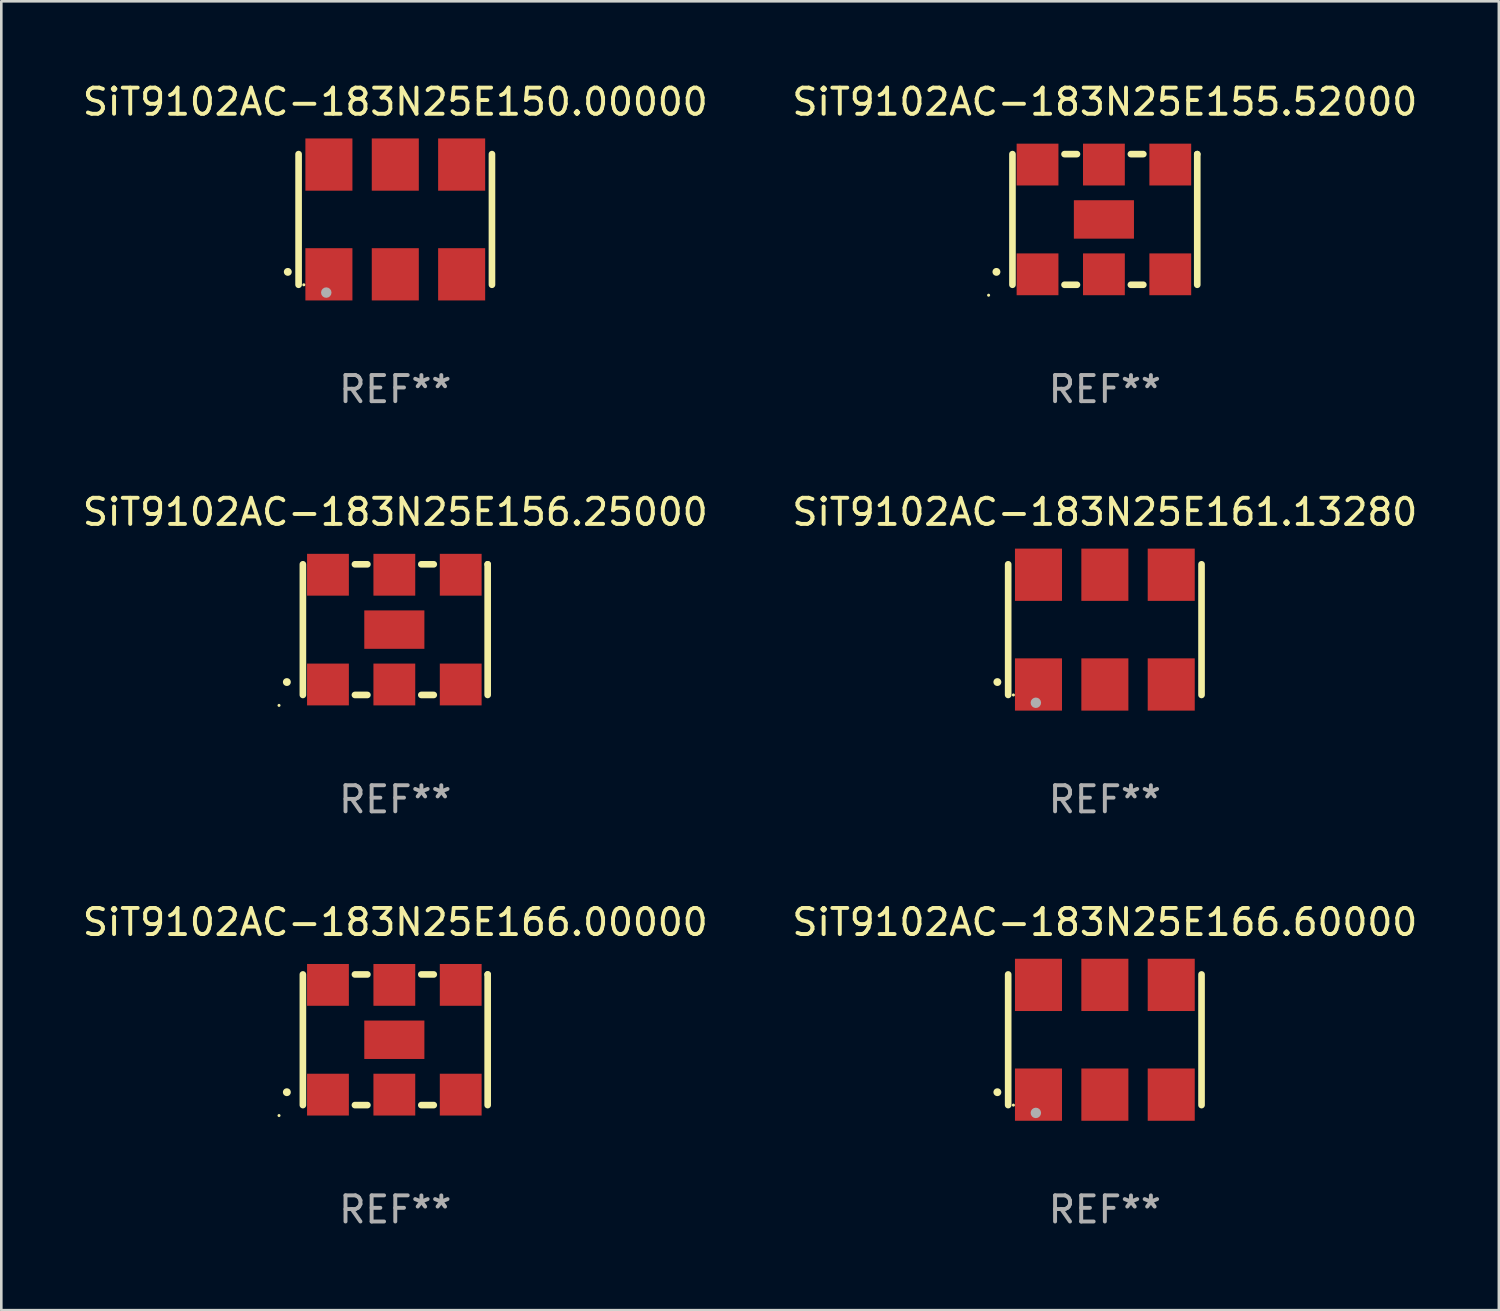
<source format=kicad_pcb>
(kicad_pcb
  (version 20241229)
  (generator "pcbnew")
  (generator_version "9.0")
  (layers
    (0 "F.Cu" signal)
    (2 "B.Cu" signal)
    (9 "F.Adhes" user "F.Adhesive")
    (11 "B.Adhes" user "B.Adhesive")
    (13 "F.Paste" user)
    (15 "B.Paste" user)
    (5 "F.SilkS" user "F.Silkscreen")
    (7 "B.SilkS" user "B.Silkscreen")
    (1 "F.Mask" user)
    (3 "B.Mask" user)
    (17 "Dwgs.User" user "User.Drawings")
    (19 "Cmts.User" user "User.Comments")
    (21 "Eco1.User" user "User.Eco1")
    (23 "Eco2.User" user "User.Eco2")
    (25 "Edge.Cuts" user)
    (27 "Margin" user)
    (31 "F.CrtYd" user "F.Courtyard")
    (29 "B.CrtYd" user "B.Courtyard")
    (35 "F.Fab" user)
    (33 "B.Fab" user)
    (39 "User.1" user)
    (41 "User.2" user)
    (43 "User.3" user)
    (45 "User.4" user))
  (footprint "SiT9102AC-183N25E155.52000"
    (layer "F.Cu")
    (at 39.232 5.348)
    (property "Reference" "SiT9102AC-183N25E155.52000" (at 0 -4.5 0) (layer "F.SilkS") (effects (font (size 1 1) (thickness 0.15))))
    (attr through_hole)
    (fp_line (start -3.536 -2.5) (end -3.536 2.5) (stroke (width 0.254) (type solid)) (layer "F.SilkS"))
    (fp_line (start -1.544 2.5) (end -1.067 2.5) (stroke (width 0.254) (type solid)) (layer "F.SilkS"))
    (fp_line (start -1.067 -2.5) (end -1.544 -2.5) (stroke (width 0.254) (type solid)) (layer "F.SilkS"))
    (fp_line (start 0.996 2.5) (end 1.473 2.5) (stroke (width 0.254) (type solid)) (layer "F.SilkS"))
    (fp_line (start 1.473 -2.5) (end 0.996 -2.5) (stroke (width 0.254) (type solid)) (layer "F.SilkS"))
    (fp_line (start 3.536 -2.5) (end 3.536 -2.5) (stroke (width 0.254) (type solid)) (layer "F.SilkS"))
    (fp_line (start 3.536 2.5) (end 3.536 -2.5) (stroke (width 0.254) (type solid)) (layer "F.SilkS"))
    (fp_arc (start -4.150432 2.006604) (mid -4.149162 2.006599) (end -4.147892 2.006604) (stroke (width 0.3) (type solid)) (layer "F.SilkS"))
    (fp_circle (center -4.449 2.9) (end -4.419 2.9) (stroke (width 0.06) (type solid)) (fill no) (layer "F.SilkS"))
    (fp_text user "REF**" (at 0 6.5 0) (layer "F.Fab") (effects (font (size 1 1) (thickness 0.15))))
    (pad "1" smd rect (at -2.576 2.1) (size 1.6 1.6) (layers "F.Cu" "F.Mask" "F.Paste"))
    (pad "2" smd rect (at -0.036 2.1) (size 1.6 1.6) (layers "F.Cu" "F.Mask" "F.Paste"))
    (pad "3" smd rect (at 2.504 2.1) (size 1.6 1.6) (layers "F.Cu" "F.Mask" "F.Paste"))
    (pad "4" smd rect (at 2.504 -2.1) (size 1.6 1.6) (layers "F.Cu" "F.Mask" "F.Paste"))
    (pad "5" smd rect (at -0.036 -2.1) (size 1.6 1.6) (layers "F.Cu" "F.Mask" "F.Paste"))
    (pad "6" smd rect (at -2.576 -2.1) (size 1.6 1.6) (layers "F.Cu" "F.Mask" "F.Paste"))
    (pad "7" smd rect (at -0.036 0) (size 2.3 1.47) (layers "F.Cu" "F.Mask" "F.Paste")))
  (footprint "SiT9102AC-183N25E150.00000"
    (layer "F.Cu")
    (at 12.077 5.348)
    (property "Reference" "SiT9102AC-183N25E150.00000" (at 0 -4.5 0) (layer "F.SilkS") (effects (font (size 1 1) (thickness 0.15))))
    (attr through_hole)
    (fp_line (start -3.7 -2.5) (end -3.7 2.5) (stroke (width 0.254) (type solid)) (layer "F.SilkS"))
    (fp_line (start 3.7 -2.5) (end 3.7 2.5) (stroke (width 0.254) (type solid)) (layer "F.SilkS"))
    (fp_arc (start -4.114415 2.006604) (mid -4.113145 2.006599) (end -4.111875 2.006604) (stroke (width 0.3) (type solid)) (layer "F.SilkS"))
    (fp_circle (center -3.5 2.501) (end -3.47 2.501) (stroke (width 0.06) (type solid)) (fill no) (layer "F.SilkS"))
    (fp_circle (center -2.641 2.799) (end -2.541 2.799) (stroke (width 0.2) (type solid)) (fill no) (layer "F.Fab"))
    (fp_text user "REF**" (at 0 6.5 0) (layer "F.Fab") (effects (font (size 1 1) (thickness 0.15))))
    (pad "1" smd rect (at -2.54 2.1) (size 1.8 2) (layers "F.Cu" "F.Mask" "F.Paste"))
    (pad "2" smd rect (at 0.000394 2.1) (size 1.8 2) (layers "F.Cu" "F.Mask" "F.Paste"))
    (pad "3" smd rect (at 2.54 2.1) (size 1.8 2) (layers "F.Cu" "F.Mask" "F.Paste"))
    (pad "4" smd rect (at 2.54 -2.1) (size 1.8 2) (layers "F.Cu" "F.Mask" "F.Paste"))
    (pad "5" smd rect (at 0.000394 -2.1) (size 1.8 2) (layers "F.Cu" "F.Mask" "F.Paste"))
    (pad "6" smd rect (at -2.54 -2.1) (size 1.8 2) (layers "F.Cu" "F.Mask" "F.Paste")))
  (footprint "SiT9102AC-183N25E166.60000"
    (layer "F.Cu")
    (at 39.232 36.741)
    (property "Reference" "SiT9102AC-183N25E166.60000" (at 0 -4.5 0) (layer "F.SilkS") (effects (font (size 1 1) (thickness 0.15))))
    (attr through_hole)
    (fp_line (start -3.7 -2.5) (end -3.7 2.5) (stroke (width 0.254) (type solid)) (layer "F.SilkS"))
    (fp_line (start 3.7 -2.5) (end 3.7 2.5) (stroke (width 0.254) (type solid)) (layer "F.SilkS"))
    (fp_arc (start -4.114415 2.006604) (mid -4.113145 2.006599) (end -4.111875 2.006604) (stroke (width 0.3) (type solid)) (layer "F.SilkS"))
    (fp_circle (center -3.5 2.501) (end -3.47 2.501) (stroke (width 0.06) (type solid)) (fill no) (layer "F.SilkS"))
    (fp_circle (center -2.641 2.799) (end -2.541 2.799) (stroke (width 0.2) (type solid)) (fill no) (layer "F.Fab"))
    (fp_text user "REF**" (at 0 6.5 0) (layer "F.Fab") (effects (font (size 1 1) (thickness 0.15))))
    (pad "1" smd rect (at -2.54 2.1) (size 1.8 2) (layers "F.Cu" "F.Mask" "F.Paste"))
    (pad "2" smd rect (at 0.000394 2.1) (size 1.8 2) (layers "F.Cu" "F.Mask" "F.Paste"))
    (pad "3" smd rect (at 2.54 2.1) (size 1.8 2) (layers "F.Cu" "F.Mask" "F.Paste"))
    (pad "4" smd rect (at 2.54 -2.1) (size 1.8 2) (layers "F.Cu" "F.Mask" "F.Paste"))
    (pad "5" smd rect (at 0.000394 -2.1) (size 1.8 2) (layers "F.Cu" "F.Mask" "F.Paste"))
    (pad "6" smd rect (at -2.54 -2.1) (size 1.8 2) (layers "F.Cu" "F.Mask" "F.Paste")))
  (footprint "SiT9102AC-183N25E156.25000"
    (layer "F.Cu")
    (at 12.077 21.045)
    (property "Reference" "SiT9102AC-183N25E156.25000" (at 0 -4.5 0) (layer "F.SilkS") (effects (font (size 1 1) (thickness 0.15))))
    (attr through_hole)
    (fp_line (start -3.536 -2.5) (end -3.536 2.5) (stroke (width 0.254) (type solid)) (layer "F.SilkS"))
    (fp_line (start -1.544 2.5) (end -1.067 2.5) (stroke (width 0.254) (type solid)) (layer "F.SilkS"))
    (fp_line (start -1.067 -2.5) (end -1.544 -2.5) (stroke (width 0.254) (type solid)) (layer "F.SilkS"))
    (fp_line (start 0.996 2.5) (end 1.473 2.5) (stroke (width 0.254) (type solid)) (layer "F.SilkS"))
    (fp_line (start 1.473 -2.5) (end 0.996 -2.5) (stroke (width 0.254) (type solid)) (layer "F.SilkS"))
    (fp_line (start 3.536 -2.5) (end 3.536 -2.5) (stroke (width 0.254) (type solid)) (layer "F.SilkS"))
    (fp_line (start 3.536 2.5) (end 3.536 -2.5) (stroke (width 0.254) (type solid)) (layer "F.SilkS"))
    (fp_arc (start -4.150432 2.006604) (mid -4.149162 2.006599) (end -4.147892 2.006604) (stroke (width 0.3) (type solid)) (layer "F.SilkS"))
    (fp_circle (center -4.449 2.9) (end -4.419 2.9) (stroke (width 0.06) (type solid)) (fill no) (layer "F.SilkS"))
    (fp_text user "REF**" (at 0 6.5 0) (layer "F.Fab") (effects (font (size 1 1) (thickness 0.15))))
    (pad "1" smd rect (at -2.576 2.1) (size 1.6 1.6) (layers "F.Cu" "F.Mask" "F.Paste"))
    (pad "2" smd rect (at -0.036 2.1) (size 1.6 1.6) (layers "F.Cu" "F.Mask" "F.Paste"))
    (pad "3" smd rect (at 2.504 2.1) (size 1.6 1.6) (layers "F.Cu" "F.Mask" "F.Paste"))
    (pad "4" smd rect (at 2.504 -2.1) (size 1.6 1.6) (layers "F.Cu" "F.Mask" "F.Paste"))
    (pad "5" smd rect (at -0.036 -2.1) (size 1.6 1.6) (layers "F.Cu" "F.Mask" "F.Paste"))
    (pad "6" smd rect (at -2.576 -2.1) (size 1.6 1.6) (layers "F.Cu" "F.Mask" "F.Paste"))
    (pad "7" smd rect (at -0.036 0) (size 2.3 1.47) (layers "F.Cu" "F.Mask" "F.Paste")))
  (footprint "SiT9102AC-183N25E161.13280"
    (layer "F.Cu")
    (at 39.232 21.045)
    (property "Reference" "SiT9102AC-183N25E161.13280" (at 0 -4.5 0) (layer "F.SilkS") (effects (font (size 1 1) (thickness 0.15))))
    (attr through_hole)
    (fp_line (start -3.7 -2.5) (end -3.7 2.5) (stroke (width 0.254) (type solid)) (layer "F.SilkS"))
    (fp_line (start 3.7 -2.5) (end 3.7 2.5) (stroke (width 0.254) (type solid)) (layer "F.SilkS"))
    (fp_arc (start -4.114415 2.006604) (mid -4.113145 2.006599) (end -4.111875 2.006604) (stroke (width 0.3) (type solid)) (layer "F.SilkS"))
    (fp_circle (center -3.5 2.501) (end -3.47 2.501) (stroke (width 0.06) (type solid)) (fill no) (layer "F.SilkS"))
    (fp_circle (center -2.641 2.799) (end -2.541 2.799) (stroke (width 0.2) (type solid)) (fill no) (layer "F.Fab"))
    (fp_text user "REF**" (at 0 6.5 0) (layer "F.Fab") (effects (font (size 1 1) (thickness 0.15))))
    (pad "1" smd rect (at -2.54 2.1) (size 1.8 2) (layers "F.Cu" "F.Mask" "F.Paste"))
    (pad "2" smd rect (at 0.000394 2.1) (size 1.8 2) (layers "F.Cu" "F.Mask" "F.Paste"))
    (pad "3" smd rect (at 2.54 2.1) (size 1.8 2) (layers "F.Cu" "F.Mask" "F.Paste"))
    (pad "4" smd rect (at 2.54 -2.1) (size 1.8 2) (layers "F.Cu" "F.Mask" "F.Paste"))
    (pad "5" smd rect (at 0.000394 -2.1) (size 1.8 2) (layers "F.Cu" "F.Mask" "F.Paste"))
    (pad "6" smd rect (at -2.54 -2.1) (size 1.8 2) (layers "F.Cu" "F.Mask" "F.Paste")))
  (footprint "SiT9102AC-183N25E166.00000"
    (layer "F.Cu")
    (at 12.077 36.741)
    (property "Reference" "SiT9102AC-183N25E166.00000" (at 0 -4.5 0) (layer "F.SilkS") (effects (font (size 1 1) (thickness 0.15))))
    (attr through_hole)
    (fp_line (start -3.536 -2.5) (end -3.536 2.5) (stroke (width 0.254) (type solid)) (layer "F.SilkS"))
    (fp_line (start -1.544 2.5) (end -1.067 2.5) (stroke (width 0.254) (type solid)) (layer "F.SilkS"))
    (fp_line (start -1.067 -2.5) (end -1.544 -2.5) (stroke (width 0.254) (type solid)) (layer "F.SilkS"))
    (fp_line (start 0.996 2.5) (end 1.473 2.5) (stroke (width 0.254) (type solid)) (layer "F.SilkS"))
    (fp_line (start 1.473 -2.5) (end 0.996 -2.5) (stroke (width 0.254) (type solid)) (layer "F.SilkS"))
    (fp_line (start 3.536 -2.5) (end 3.536 -2.5) (stroke (width 0.254) (type solid)) (layer "F.SilkS"))
    (fp_line (start 3.536 2.5) (end 3.536 -2.5) (stroke (width 0.254) (type solid)) (layer "F.SilkS"))
    (fp_arc (start -4.150432 2.006604) (mid -4.149162 2.006599) (end -4.147892 2.006604) (stroke (width 0.3) (type solid)) (layer "F.SilkS"))
    (fp_circle (center -4.449 2.9) (end -4.419 2.9) (stroke (width 0.06) (type solid)) (fill no) (layer "F.SilkS"))
    (fp_text user "REF**" (at 0 6.5 0) (layer "F.Fab") (effects (font (size 1 1) (thickness 0.15))))
    (pad "1" smd rect (at -2.576 2.1) (size 1.6 1.6) (layers "F.Cu" "F.Mask" "F.Paste"))
    (pad "2" smd rect (at -0.036 2.1) (size 1.6 1.6) (layers "F.Cu" "F.Mask" "F.Paste"))
    (pad "3" smd rect (at 2.504 2.1) (size 1.6 1.6) (layers "F.Cu" "F.Mask" "F.Paste"))
    (pad "4" smd rect (at 2.504 -2.1) (size 1.6 1.6) (layers "F.Cu" "F.Mask" "F.Paste"))
    (pad "5" smd rect (at -0.036 -2.1) (size 1.6 1.6) (layers "F.Cu" "F.Mask" "F.Paste"))
    (pad "6" smd rect (at -2.576 -2.1) (size 1.6 1.6) (layers "F.Cu" "F.Mask" "F.Paste"))
    (pad "7" smd rect (at -0.036 0) (size 2.3 1.47) (layers "F.Cu" "F.Mask" "F.Paste")))
  (gr_rect
    (start -3 -3)
    (end 54.31 47.09)
    (stroke (width 0.1) (type default))
    (fill no)
    (layer "Edge.Cuts")))
</source>
